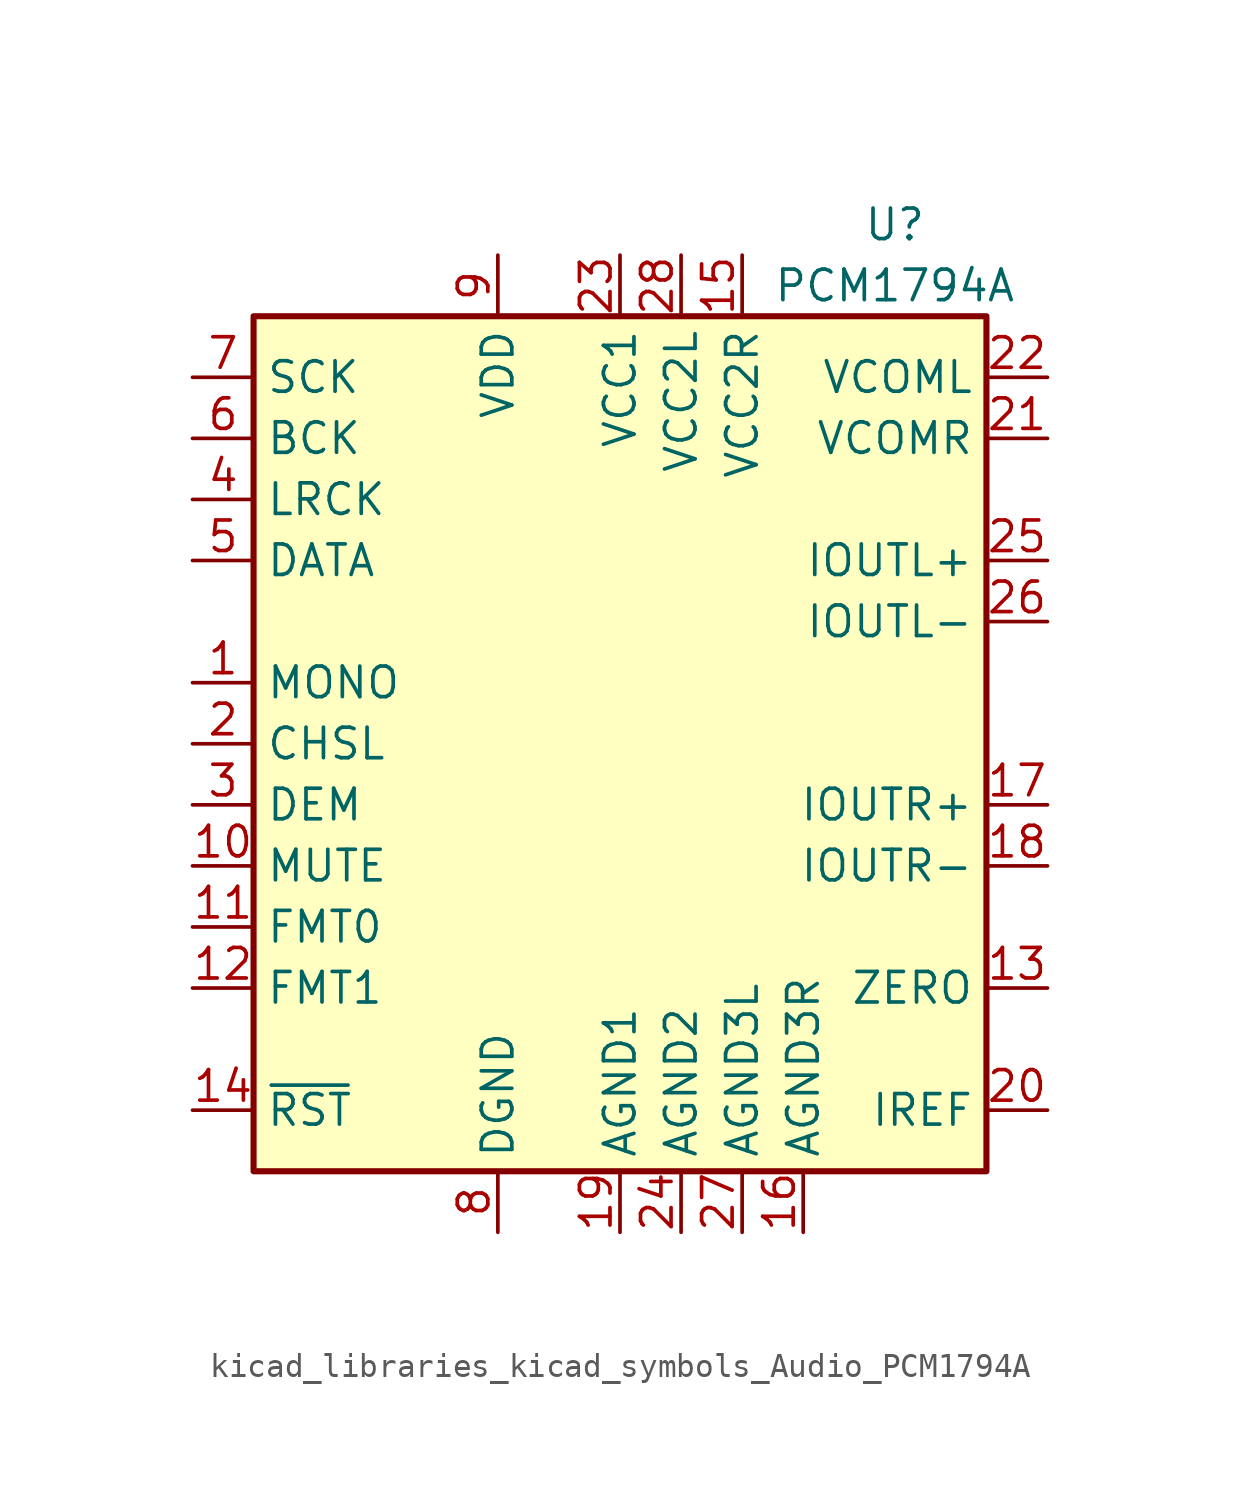
<source format=kicad_sym>
(kicad_symbol_lib
  (version 20220914)
  (generator kicad_symbol_editor)
  (symbol "kicad_libraries_kicad_symbols_Audio_PCM1794A"
    (property "Reference" "U"
      (at 11.43 21.59 0)
      (effects (font (size 1.27 1.27))))
    (property "Value" "PCM1794A"
      (at 11.43 19.05 0)
      (effects (font (size 1.27 1.27))))
    (symbol "kicad_libraries_kicad_symbols_Audio_PCM1794A_0_1"
      (rectangle (start -15.24 17.78) (end 15.24 -17.78) (stroke (width 0.254) (type default)) (fill (type background))))
    (symbol "kicad_libraries_kicad_symbols_Audio_PCM1794A_1_1"
      (pin input line (at -17.78 2.54 0) (length 2.54) (name "MONO" (effects (font (size 1.27 1.27)))) (number "1" (effects (font (size 1.27 1.27)))))
      (pin input line (at -17.78 -5.08 0) (length 2.54) (name "MUTE" (effects (font (size 1.27 1.27)))) (number "10" (effects (font (size 1.27 1.27)))))
      (pin input line (at -17.78 -7.62 0) (length 2.54) (name "FMT0" (effects (font (size 1.27 1.27)))) (number "11" (effects (font (size 1.27 1.27)))))
      (pin input line (at -17.78 -10.16 0) (length 2.54) (name "FMT1" (effects (font (size 1.27 1.27)))) (number "12" (effects (font (size 1.27 1.27)))))
      (pin open_collector line (at 17.78 -10.16 180) (length 2.54) (name "ZERO" (effects (font (size 1.27 1.27)))) (number "13" (effects (font (size 1.27 1.27)))))
      (pin input line (at -17.78 -15.24 0) (length 2.54) (name "~{RST}" (effects (font (size 1.27 1.27)))) (number "14" (effects (font (size 1.27 1.27)))))
      (pin power_in line (at 5.08 20.32 270) (length 2.54) (name "VCC2R" (effects (font (size 1.27 1.27)))) (number "15" (effects (font (size 1.27 1.27)))))
      (pin power_in line (at 7.62 -20.32 90) (length 2.54) (name "AGND3R" (effects (font (size 1.27 1.27)))) (number "16" (effects (font (size 1.27 1.27)))))
      (pin output line (at 17.78 -2.54 180) (length 2.54) (name "IOUTR+" (effects (font (size 1.27 1.27)))) (number "17" (effects (font (size 1.27 1.27)))))
      (pin output line (at 17.78 -5.08 180) (length 2.54) (name "IOUTR-" (effects (font (size 1.27 1.27)))) (number "18" (effects (font (size 1.27 1.27)))))
      (pin power_in line (at 0 -20.32 90) (length 2.54) (name "AGND1" (effects (font (size 1.27 1.27)))) (number "19" (effects (font (size 1.27 1.27)))))
      (pin input line (at -17.78 0 0) (length 2.54) (name "CHSL" (effects (font (size 1.27 1.27)))) (number "2" (effects (font (size 1.27 1.27)))))
      (pin passive line (at 17.78 -15.24 180) (length 2.54) (name "IREF" (effects (font (size 1.27 1.27)))) (number "20" (effects (font (size 1.27 1.27)))))
      (pin output line (at 17.78 12.7 180) (length 2.54) (name "VCOMR" (effects (font (size 1.27 1.27)))) (number "21" (effects (font (size 1.27 1.27)))))
      (pin passive line (at 17.78 15.24 180) (length 2.54) (name "VCOML" (effects (font (size 1.27 1.27)))) (number "22" (effects (font (size 1.27 1.27)))))
      (pin power_in line (at 0 20.32 270) (length 2.54) (name "VCC1" (effects (font (size 1.27 1.27)))) (number "23" (effects (font (size 1.27 1.27)))))
      (pin power_in line (at 2.54 -20.32 90) (length 2.54) (name "AGND2" (effects (font (size 1.27 1.27)))) (number "24" (effects (font (size 1.27 1.27)))))
      (pin output line (at 17.78 7.62 180) (length 2.54) (name "IOUTL+" (effects (font (size 1.27 1.27)))) (number "25" (effects (font (size 1.27 1.27)))))
      (pin output line (at 17.78 5.08 180) (length 2.54) (name "IOUTL-" (effects (font (size 1.27 1.27)))) (number "26" (effects (font (size 1.27 1.27)))))
      (pin power_in line (at 5.08 -20.32 90) (length 2.54) (name "AGND3L" (effects (font (size 1.27 1.27)))) (number "27" (effects (font (size 1.27 1.27)))))
      (pin power_in line (at 2.54 20.32 270) (length 2.54) (name "VCC2L" (effects (font (size 1.27 1.27)))) (number "28" (effects (font (size 1.27 1.27)))))
      (pin input line (at -17.78 -2.54 0) (length 2.54) (name "DEM" (effects (font (size 1.27 1.27)))) (number "3" (effects (font (size 1.27 1.27)))))
      (pin input line (at -17.78 10.16 0) (length 2.54) (name "LRCK" (effects (font (size 1.27 1.27)))) (number "4" (effects (font (size 1.27 1.27)))))
      (pin input line (at -17.78 7.62 0) (length 2.54) (name "DATA" (effects (font (size 1.27 1.27)))) (number "5" (effects (font (size 1.27 1.27)))))
      (pin input line (at -17.78 12.7 0) (length 2.54) (name "BCK" (effects (font (size 1.27 1.27)))) (number "6" (effects (font (size 1.27 1.27)))))
      (pin input line (at -17.78 15.24 0) (length 2.54) (name "SCK" (effects (font (size 1.27 1.27)))) (number "7" (effects (font (size 1.27 1.27)))))
      (pin power_in line (at -5.08 -20.32 90) (length 2.54) (name "DGND" (effects (font (size 1.27 1.27)))) (number "8" (effects (font (size 1.27 1.27)))))
      (pin power_in line (at -5.08 20.32 270) (length 2.54) (name "VDD" (effects (font (size 1.27 1.27)))) (number "9" (effects (font (size 1.27 1.27))))))))
</source>
